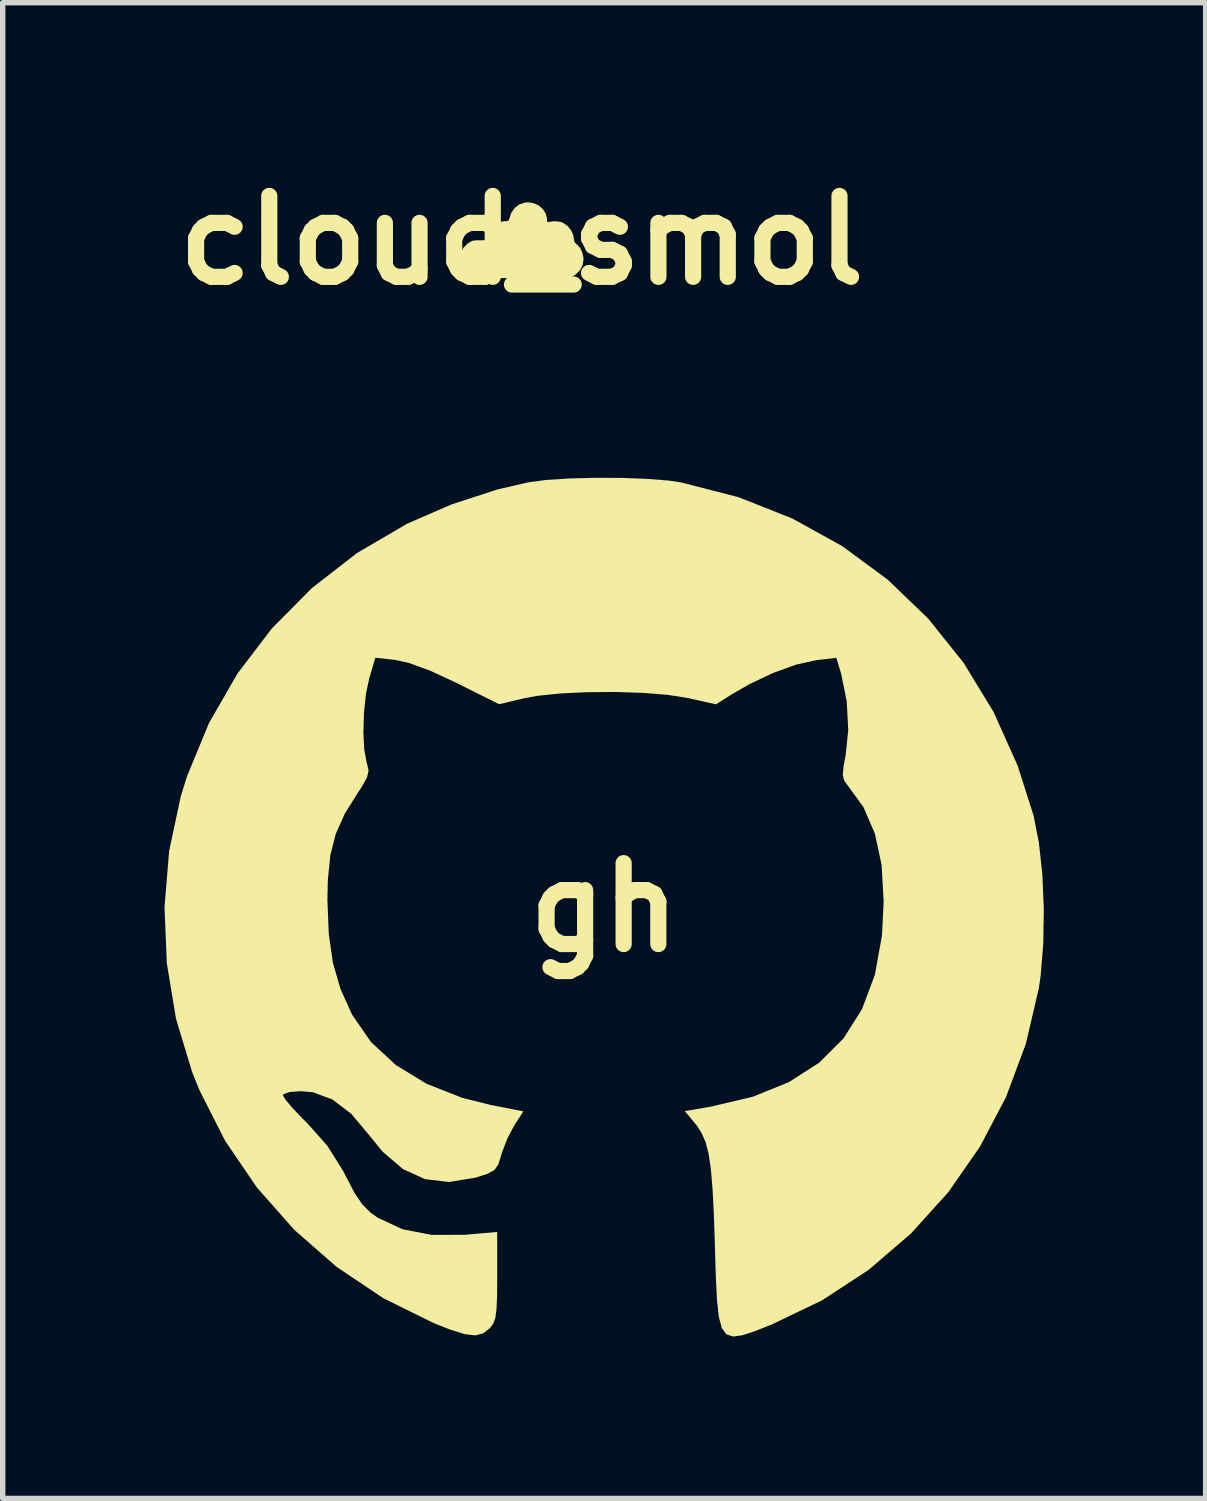
<source format=kicad_pcb>
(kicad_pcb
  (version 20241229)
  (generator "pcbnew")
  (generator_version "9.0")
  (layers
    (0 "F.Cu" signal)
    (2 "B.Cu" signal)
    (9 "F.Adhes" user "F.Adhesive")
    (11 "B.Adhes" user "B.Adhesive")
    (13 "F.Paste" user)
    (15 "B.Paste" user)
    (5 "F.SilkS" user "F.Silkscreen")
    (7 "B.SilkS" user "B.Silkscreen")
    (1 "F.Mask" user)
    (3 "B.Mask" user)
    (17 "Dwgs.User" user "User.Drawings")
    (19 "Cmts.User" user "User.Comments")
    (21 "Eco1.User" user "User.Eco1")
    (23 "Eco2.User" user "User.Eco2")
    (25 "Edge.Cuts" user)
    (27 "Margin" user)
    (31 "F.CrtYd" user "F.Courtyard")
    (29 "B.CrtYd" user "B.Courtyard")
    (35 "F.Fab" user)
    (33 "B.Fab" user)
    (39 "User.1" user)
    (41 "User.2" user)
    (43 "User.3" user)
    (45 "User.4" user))
  (footprint "cloud_smol"
    (layer "F.Cu")
    (at 6.621 1.404)
    (property "Reference" "cloud_smol" (at 0 0 0) (layer "F.SilkS") (effects (font (size 1.5 1.5) (thickness 0.3))))
    (attr board_only exclude_from_pos_files exclude_from_bom)
    (fp_poly (pts (xy 0.224 -0.687) (xy 0.316 -0.645) (xy 0.391 -0.58) (xy 0.445 -0.499) (xy 0.47 -0.407) (xy 0.471 -0.38) (xy 0.475 -0.344) (xy 0.49 -0.334) (xy 0.511 -0.34) (xy 0.577 -0.351) (xy 0.656 -0.35) (xy 0.729 -0.338) (xy 0.766 -0.324) (xy 0.851 -0.264) (xy 0.917 -0.184) (xy 0.958 -0.094) (xy 0.969 -0.019) (xy 0.979 0.03) (xy 1.014 0.07) (xy 1.024 0.078) (xy 1.083 0.141) (xy 1.125 0.227) (xy 1.146 0.324) (xy 1.147 0.352) (xy 1.131 0.46) (xy 1.083 0.555) (xy 1.005 0.633) (xy 0.948 0.669) (xy 0.931 0.676) (xy 0.912 0.683) (xy 0.887 0.688) (xy 0.853 0.692) (xy 0.807 0.696) (xy 0.745 0.698) (xy 0.665 0.7) (xy 0.564 0.701) (xy 0.438 0.702) (xy 0.284 0.702) (xy 0.1 0.702) (xy -0.004 0.702) (xy -0.207 0.702) (xy -0.378 0.701) (xy -0.52 0.7) (xy -0.635 0.699) (xy -0.726 0.697) (xy -0.797 0.694) (xy -0.851 0.691) (xy -0.889 0.687) (xy -0.917 0.682) (xy -0.936 0.676) (xy -0.943 0.673) (xy -1.035 0.607) (xy -1.1 0.525) (xy -1.137 0.431) (xy -1.147 0.332) (xy -1.129 0.234) (xy -1.082 0.144) (xy -1.006 0.065) (xy -0.99 0.054) (xy -0.94 0.023) (xy -0.894 0.006) (xy -0.836 0.001) (xy -0.798 0) (xy -0.684 0) (xy -0.674 -0.062) (xy -0.642 -0.156) (xy -0.582 -0.237) (xy -0.501 -0.301) (xy -0.407 -0.341) (xy -0.327 -0.352) (xy -0.274 -0.355) (xy -0.246 -0.364) (xy -0.233 -0.385) (xy -0.229 -0.399) (xy -0.19 -0.512) (xy -0.127 -0.601) (xy -0.043 -0.664) (xy 0.059 -0.698) (xy 0.122 -0.703)) (stroke (width 0) (type solid)) (fill yes) (layer "F.SilkS")))
  (footprint "gh"
    (layer "F.Cu")
    (at 8.155 13.774)
    (property "Reference" "gh" (at 0 0 0) (layer "F.SilkS") (effects (font (size 1.5 1.5) (thickness 0.3))))
    (attr board_only exclude_from_pos_files exclude_from_bom)
    (fp_poly (pts (xy 0.321 -7.964) (xy 0.794 -7.946) (xy 1.197 -7.914) (xy 1.419 -7.881) (xy 2.488 -7.606) (xy 3.487 -7.21) (xy 4.41 -6.699) (xy 5.25 -6.08) (xy 6.002 -5.357) (xy 6.659 -4.537) (xy 7.214 -3.627) (xy 7.661 -2.632) (xy 7.957 -1.703) (xy 8.056 -1.201) (xy 8.12 -0.607) (xy 8.147 0.033) (xy 8.137 0.673) (xy 8.088 1.268) (xy 8.056 1.492) (xy 7.814 2.529) (xy 7.447 3.513) (xy 6.964 4.434) (xy 6.374 5.282) (xy 5.683 6.046) (xy 4.902 6.717) (xy 4.037 7.283) (xy 3.098 7.734) (xy 2.798 7.852) (xy 2.564 7.93) (xy 2.389 7.955) (xy 2.263 7.915) (xy 2.176 7.796) (xy 2.121 7.586) (xy 2.087 7.272) (xy 2.066 6.842) (xy 2.049 6.284) (xy 2.049 6.264) (xy 2.029 5.676) (xy 2.005 5.211) (xy 1.974 4.848) (xy 1.933 4.57) (xy 1.878 4.356) (xy 1.805 4.187) (xy 1.713 4.043) (xy 1.664 3.983) (xy 1.49 3.775) (xy 1.969 3.694) (xy 2.752 3.509) (xy 3.422 3.238) (xy 3.983 2.877) (xy 4.434 2.427) (xy 4.777 1.884) (xy 5.015 1.248) (xy 5.147 0.517) (xy 5.178 -0.111) (xy 5.139 -0.791) (xy 5.015 -1.369) (xy 4.804 -1.858) (xy 4.523 -2.246) (xy 4.448 -2.346) (xy 4.42 -2.454) (xy 4.434 -2.616) (xy 4.472 -2.812) (xy 4.521 -3.289) (xy 4.494 -3.813) (xy 4.393 -4.318) (xy 4.385 -4.345) (xy 4.301 -4.628) (xy 3.92 -4.583) (xy 3.558 -4.503) (xy 3.132 -4.349) (xy 2.689 -4.14) (xy 2.365 -3.953) (xy 2.069 -3.766) (xy 1.549 -3.882) (xy 1.181 -3.941) (xy 0.719 -3.978) (xy 0.204 -3.995) (xy -0.324 -3.991) (xy -0.823 -3.967) (xy -1.252 -3.922) (xy -1.49 -3.878) (xy -1.951 -3.768) (xy -2.732 -4.158) (xy -3.231 -4.39) (xy -3.63 -4.535) (xy -3.879 -4.589) (xy -4.246 -4.63) (xy -4.358 -4.253) (xy -4.42 -3.96) (xy -4.457 -3.609) (xy -4.468 -3.247) (xy -4.451 -2.922) (xy -4.407 -2.683) (xy -4.4 -2.662) (xy -4.372 -2.539) (xy -4.4 -2.411) (xy -4.498 -2.236) (xy -4.572 -2.125) (xy -4.815 -1.734) (xy -4.98 -1.364) (xy -5.08 -0.97) (xy -5.127 -0.511) (xy -5.135 -0.142) (xy -5.11 0.49) (xy -5.033 1.026) (xy -4.894 1.507) (xy -4.685 1.972) (xy -4.672 1.995) (xy -4.326 2.496) (xy -3.864 2.923) (xy -3.295 3.27) (xy -2.629 3.532) (xy -2.11 3.661) (xy -1.501 3.78) (xy -1.668 4.036) (xy -1.798 4.282) (xy -1.902 4.553) (xy -1.913 4.593) (xy -1.966 4.765) (xy -2.04 4.869) (xy -2.174 4.941) (xy -2.39 5.009) (xy -2.876 5.09) (xy -3.323 5.038) (xy -3.734 4.851) (xy -4.114 4.526) (xy -4.359 4.224) (xy -4.694 3.825) (xy -5.038 3.562) (xy -5.399 3.427) (xy -5.629 3.406) (xy -5.833 3.421) (xy -5.947 3.461) (xy -5.96 3.483) (xy -5.912 3.564) (xy -5.784 3.716) (xy -5.6 3.91) (xy -5.511 3.997) (xy -5.137 4.417) (xy -4.845 4.882) (xy -4.788 4.994) (xy -4.628 5.3) (xy -4.485 5.509) (xy -4.331 5.661) (xy -4.199 5.754) (xy -3.742 5.966) (xy -3.206 6.07) (xy -2.582 6.069) (xy -2.546 6.065) (xy -1.987 6.016) (xy -1.987 6.839) (xy -1.989 7.201) (xy -2 7.449) (xy -2.022 7.612) (xy -2.061 7.718) (xy -2.12 7.796) (xy -2.128 7.804) (xy -2.251 7.898) (xy -2.395 7.934) (xy -2.589 7.911) (xy -2.858 7.827) (xy -3.157 7.709) (xy -4.096 7.246) (xy -4.963 6.665) (xy -5.748 5.978) (xy -6.441 5.194) (xy -7.032 4.326) (xy -7.509 3.384) (xy -7.643 3.052) (xy -7.942 2.064) (xy -8.112 1.036) (xy -8.155 -0.008) (xy -8.069 -1.047) (xy -7.854 -2.058) (xy -7.739 -2.429) (xy -7.331 -3.418) (xy -6.803 -4.336) (xy -6.164 -5.174) (xy -5.422 -5.922) (xy -4.586 -6.571) (xy -3.664 -7.111) (xy -3.654 -7.116) (xy -2.835 -7.472) (xy -1.977 -7.751) (xy -1.416 -7.881) (xy -1.088 -7.925) (xy -0.661 -7.953) (xy -0.178 -7.966)) (stroke (width 0) (type solid)) (fill yes) (layer "F.SilkS")))
  (gr_rect
    (start -3 -3)
    (end 19.302 24.73)
    (stroke (width 0.1) (type default))
    (fill no)
    (layer "Edge.Cuts")))
</source>
